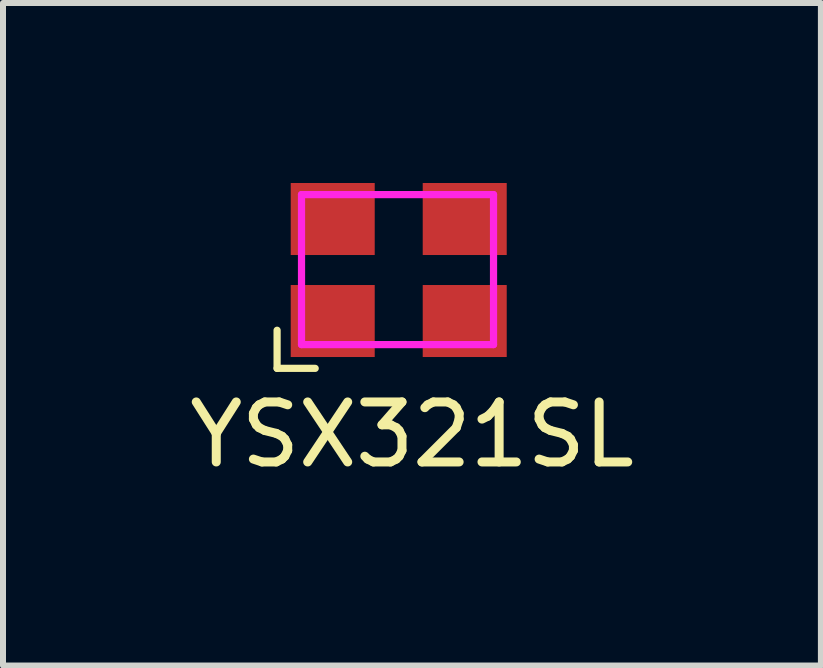
<source format=kicad_pcb>
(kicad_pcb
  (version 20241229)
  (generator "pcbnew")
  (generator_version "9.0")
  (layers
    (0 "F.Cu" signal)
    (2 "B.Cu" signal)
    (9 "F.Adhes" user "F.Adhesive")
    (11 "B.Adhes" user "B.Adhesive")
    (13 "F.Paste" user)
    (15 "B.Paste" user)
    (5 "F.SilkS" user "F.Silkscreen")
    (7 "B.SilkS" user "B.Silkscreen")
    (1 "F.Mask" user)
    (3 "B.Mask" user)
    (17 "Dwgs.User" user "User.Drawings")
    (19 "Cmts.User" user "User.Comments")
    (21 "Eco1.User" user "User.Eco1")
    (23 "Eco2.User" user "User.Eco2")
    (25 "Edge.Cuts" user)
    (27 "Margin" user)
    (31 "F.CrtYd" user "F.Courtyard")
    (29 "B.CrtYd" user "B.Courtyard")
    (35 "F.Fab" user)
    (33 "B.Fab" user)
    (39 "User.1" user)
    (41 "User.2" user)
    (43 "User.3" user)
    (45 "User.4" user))
  (footprint "YSX321SL"
    (layer "F.Cu")
    (at 3.6 1.438)
    (property "Reference" "YSX321SL" (at 0.216 2.756 0) (layer "F.SilkS") (effects (font (size 1 1) (thickness 0.15))))
    (attr smd)
    (fp_line (start -2.032 1.016) (end -2.032 1.651) (stroke (width 0.12) (type solid)) (layer "F.SilkS"))
    (fp_line (start -2.032 1.651) (end -1.397 1.651) (stroke (width 0.12) (type solid)) (layer "F.SilkS"))
    (fp_line (start -1.625 -1.245) (end -1.625 1.255) (stroke (width 0.12) (type solid)) (layer "F.CrtYd"))
    (fp_line (start -1.625 -1.245) (end 1.575 -1.245) (stroke (width 0.12) (type solid)) (layer "F.CrtYd"))
    (fp_line (start -1.625 1.255) (end 1.575 1.255) (stroke (width 0.12) (type solid)) (layer "F.CrtYd"))
    (fp_line (start 1.575 -1.245) (end 1.575 1.255) (stroke (width 0.12) (type solid)) (layer "F.CrtYd"))
    (pad "1" smd rect (at -1.105 0.862) (size 1.4 1.2) (layers "F.Cu" "F.Mask" "F.Paste"))
    (pad "2" smd rect (at 1.095 0.862) (size 1.4 1.2) (layers "F.Cu" "F.Mask" "F.Paste"))
    (pad "3" smd rect (at 1.095 -0.838) (size 1.4 1.2) (layers "F.Cu" "F.Mask" "F.Paste"))
    (pad "4" smd rect (at -1.105 -0.838) (size 1.4 1.2) (layers "F.Cu" "F.Mask" "F.Paste")))
  (gr_rect
    (start -3 -3)
    (end 10.631 8.042)
    (stroke (width 0.1) (type default))
    (fill no)
    (layer "Edge.Cuts")))
</source>
